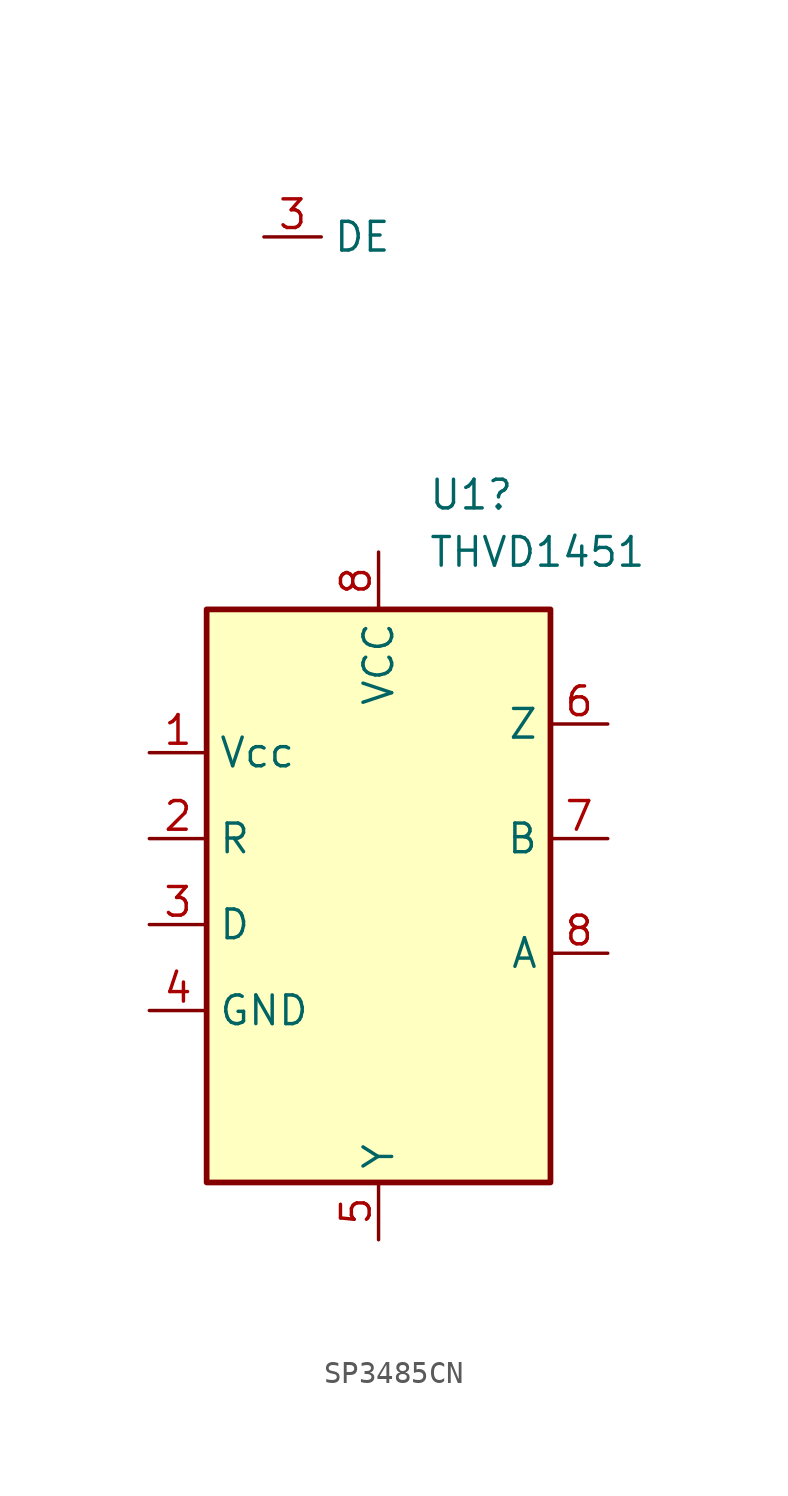
<source format=kicad_sym>
(kicad_symbol_lib
  (version 20231120)
  (generator "kicad_symbol_editor")
  (generator_version "8.0")
  (symbol "SP3485CN"
    (property "Reference" "U1"
      (at 2.194 17.78 0)
      (effects (font (size 1.27 1.27)) (justify left)))
    (property "Value" "THVD1451"
      (at 2.194 15.24 0)
      (effects (font (size 1.27 1.27)) (justify left)))
    (symbol "SP3485CN_0_1"
      (rectangle (start -7.62 12.7) (end 7.62 -12.7) (stroke (width 0.254) (type default)) (fill (type background))))
    (symbol "SP3485CN_1_1"
      (pin power_in line (at -10.16 6.35 0) (length 2.54) (name "Vcc" (effects (font (size 1.27 1.27)))) (number "1" (effects (font (size 1.27 1.27)))))
      (pin output line (at -10.16 2.54 0) (length 2.54) (name "R" (effects (font (size 1.27 1.27)))) (number "2" (effects (font (size 1.27 1.27)))))
      (pin input line (at -10.16 -1.27 0) (length 2.54) (name "D" (effects (font (size 1.27 1.27)))) (number "3" (effects (font (size 1.27 1.27)))))
      (pin input line (at -5.08 29.21 0) (length 2.54) (name "DE" (effects (font (size 1.27 1.27)))) (number "3" (effects (font (size 1.27 1.27)))))
      (pin power_in line (at -10.16 -5.08 0) (length 2.54) (name "GND" (effects (font (size 1.27 1.27)))) (number "4" (effects (font (size 1.27 1.27)))))
      (pin output line (at 0 -15.24 90) (length 2.54) (name "Y" (effects (font (size 1.27 1.27)))) (number "5" (effects (font (size 1.27 1.27)))))
      (pin output line (at 10.16 7.62 180) (length 2.54) (name "Z" (effects (font (size 1.27 1.27)))) (number "6" (effects (font (size 1.27 1.27)))))
      (pin bidirectional line (at 10.16 2.54 180) (length 2.54) (name "B" (effects (font (size 1.27 1.27)))) (number "7" (effects (font (size 1.27 1.27)))))
      (pin bidirectional line (at 10.16 -2.54 180) (length 2.54) (name "A" (effects (font (size 1.27 1.27)))) (number "8" (effects (font (size 1.27 1.27)))))
      (pin power_in line (at 0 15.24 270) (length 2.54) (name "VCC" (effects (font (size 1.27 1.27)))) (number "8" (effects (font (size 1.27 1.27))))))))
</source>
